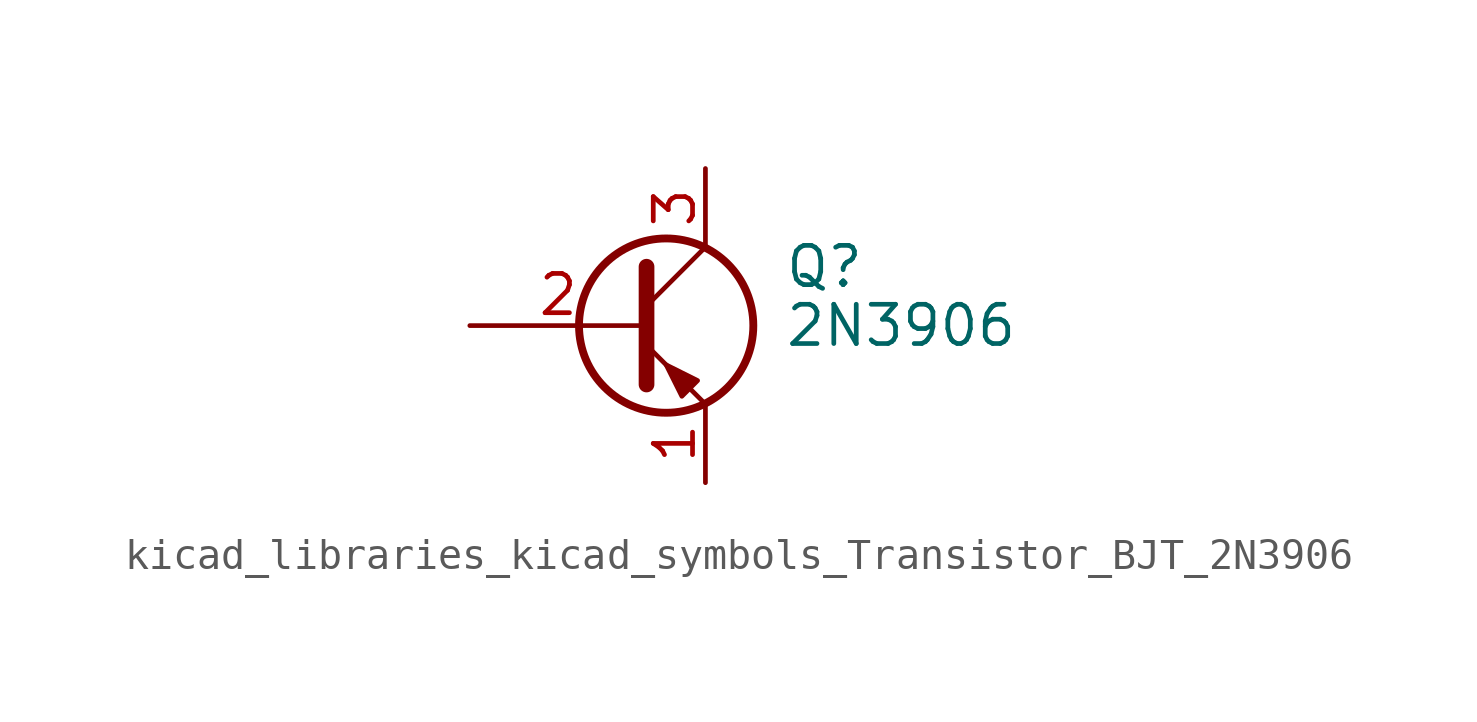
<source format=kicad_sym>
(kicad_symbol_lib
  (version 20220914)
  (generator kicad_symbol_editor)
  (symbol "kicad_libraries_kicad_symbols_Transistor_BJT_2N3906"
    (pin_names
      (offset 0) hide)
    (property "Reference" "Q"
      (at 5.08 1.905 0)
      (effects (font (size 1.27 1.27)) (justify left)))
    (property "Value" "2N3906"
      (at 5.08 0 0)
      (effects (font (size 1.27 1.27)) (justify left)))
    (symbol "kicad_libraries_kicad_symbols_Transistor_BJT_2N3906_0_1"
      (polyline (pts (xy 0.635 0.635) (xy 2.54 2.54)) (stroke (width 0) (type default)) (fill (type none)))
      (polyline (pts (xy 0.635 -0.635) (xy 2.54 -2.54) (xy 2.54 -2.54)) (stroke (width 0) (type default)) (fill (type none)))
      (polyline (pts (xy 0.635 1.905) (xy 0.635 -1.905) (xy 0.635 -1.905)) (stroke (width 0.508) (type default)) (fill (type none)))
      (polyline (pts (xy 2.286 -1.778) (xy 1.778 -2.286) (xy 1.27 -1.27) (xy 2.286 -1.778) (xy 2.286 -1.778)) (stroke (width 0) (type default)) (fill (type outline)))
      (circle (center 1.27 0) (radius 2.819) (stroke (width 0.254) (type default)) (fill (type none))))
    (symbol "kicad_libraries_kicad_symbols_Transistor_BJT_2N3906_1_1"
      (pin passive line (at 2.54 -5.08 90) (length 2.54) (name "E" (effects (font (size 1.27 1.27)))) (number "1" (effects (font (size 1.27 1.27)))))
      (pin input line (at -5.08 0 0) (length 5.715) (name "B" (effects (font (size 1.27 1.27)))) (number "2" (effects (font (size 1.27 1.27)))))
      (pin passive line (at 2.54 5.08 270) (length 2.54) (name "C" (effects (font (size 1.27 1.27)))) (number "3" (effects (font (size 1.27 1.27))))))))
</source>
